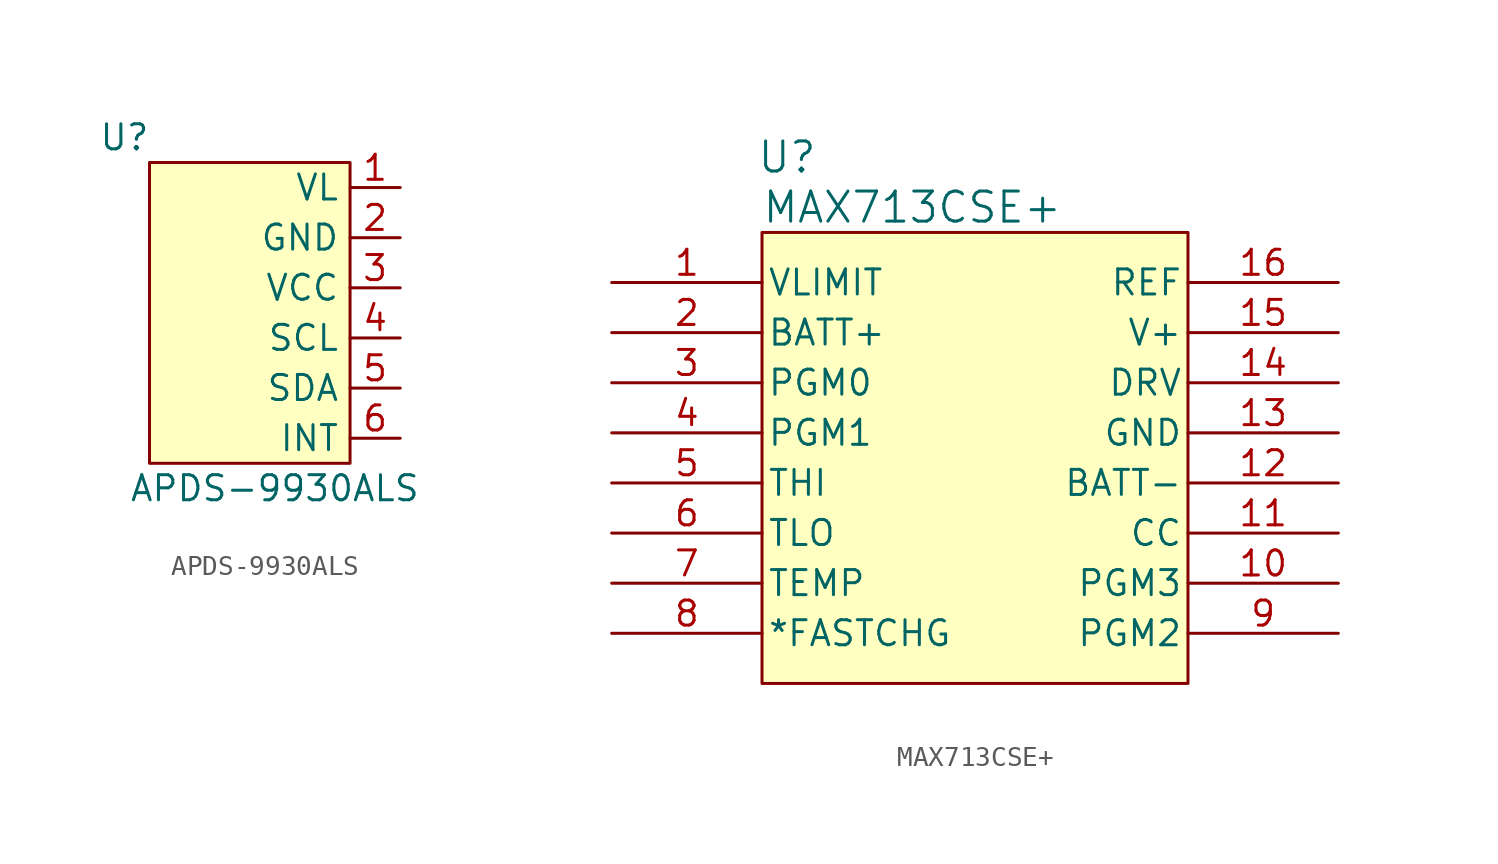
<source format=kicad_sym>
(kicad_symbol_lib
  (version 20220914)
  (generator kicad_symbol_editor)
  (symbol "APDS-9930ALS"
    (property "Reference" "U"
      (at -6.35 8.89 0)
      (effects (font (size 1.27 1.27))))
    (property "Value" "APDS-9930ALS"
      (at 1.27 -8.89 0)
      (effects (font (size 1.27 1.27))))
    (symbol "APDS-9930ALS_1_1"
      (rectangle (start -5.08 7.62) (end 5.08 -7.62) (stroke (width 0) (type default)) (fill (type background)))
      (pin power_in line (at 7.62 6.35 180) (length 2.54) (name "VL" (effects (font (size 1.27 1.27)))) (number "1" (effects (font (size 1.27 1.27)))))
      (pin free line (at 7.62 3.81 180) (length 2.54) (name "GND" (effects (font (size 1.27 1.27)))) (number "2" (effects (font (size 1.27 1.27)))))
      (pin power_in line (at 7.62 1.27 180) (length 2.54) (name "VCC" (effects (font (size 1.27 1.27)))) (number "3" (effects (font (size 1.27 1.27)))))
      (pin input line (at 7.62 -1.27 180) (length 2.54) (name "SCL" (effects (font (size 1.27 1.27)))) (number "4" (effects (font (size 1.27 1.27)))))
      (pin bidirectional line (at 7.62 -3.81 180) (length 2.54) (name "SDA" (effects (font (size 1.27 1.27)))) (number "5" (effects (font (size 1.27 1.27)))))
      (pin input line (at 7.62 -6.35 180) (length 2.54) (name "INT" (effects (font (size 1.27 1.27)))) (number "6" (effects (font (size 1.27 1.27)))))))
  (symbol "MAX713CSE+"
    (pin_names
      (offset 0.254))
    (property "Reference" "U"
      (at -10.16 10.16 0)
      (effects (font (size 1.524 1.524))))
    (property "Value" "MAX713CSE+"
      (at -3.81 7.62 0)
      (effects (font (size 1.524 1.524))))
    (symbol "MAX713CSE+_0_1"
      (pin input line (at -19.05 3.81 0) (length 7.62) (name "VLIMIT" (effects (font (size 1.27 1.27)))) (number "1" (effects (font (size 1.27 1.27)))))
      (pin input line (at 17.78 -11.43 180) (length 7.62) (name "PGM3" (effects (font (size 1.27 1.27)))) (number "10" (effects (font (size 1.27 1.27)))))
      (pin input line (at 17.78 -8.89 180) (length 7.62) (name "CC" (effects (font (size 1.27 1.27)))) (number "11" (effects (font (size 1.27 1.27)))))
      (pin input line (at 17.78 -6.35 180) (length 7.62) (name "BATT-" (effects (font (size 1.27 1.27)))) (number "12" (effects (font (size 1.27 1.27)))))
      (pin power_in line (at 17.78 -3.81 180) (length 7.62) (name "GND" (effects (font (size 1.27 1.27)))) (number "13" (effects (font (size 1.27 1.27)))))
      (pin output line (at 17.78 -1.27 180) (length 7.62) (name "DRV" (effects (font (size 1.27 1.27)))) (number "14" (effects (font (size 1.27 1.27)))))
      (pin power_in line (at 17.78 1.27 180) (length 7.62) (name "V+" (effects (font (size 1.27 1.27)))) (number "15" (effects (font (size 1.27 1.27)))))
      (pin output line (at 17.78 3.81 180) (length 7.62) (name "REF" (effects (font (size 1.27 1.27)))) (number "16" (effects (font (size 1.27 1.27)))))
      (pin input line (at -19.05 1.27 0) (length 7.62) (name "BATT+" (effects (font (size 1.27 1.27)))) (number "2" (effects (font (size 1.27 1.27)))))
      (pin input line (at -19.05 -1.27 0) (length 7.62) (name "PGM0" (effects (font (size 1.27 1.27)))) (number "3" (effects (font (size 1.27 1.27)))))
      (pin input line (at -19.05 -3.81 0) (length 7.62) (name "PGM1" (effects (font (size 1.27 1.27)))) (number "4" (effects (font (size 1.27 1.27)))))
      (pin input line (at -19.05 -6.35 0) (length 7.62) (name "THI" (effects (font (size 1.27 1.27)))) (number "5" (effects (font (size 1.27 1.27)))))
      (pin input line (at -19.05 -8.89 0) (length 7.62) (name "TLO" (effects (font (size 1.27 1.27)))) (number "6" (effects (font (size 1.27 1.27)))))
      (pin input line (at -19.05 -11.43 0) (length 7.62) (name "TEMP" (effects (font (size 1.27 1.27)))) (number "7" (effects (font (size 1.27 1.27)))))
      (pin output line (at -19.05 -13.97 0) (length 7.62) (name "*FASTCHG" (effects (font (size 1.27 1.27)))) (number "8" (effects (font (size 1.27 1.27)))))
      (pin input line (at 17.78 -13.97 180) (length 7.62) (name "PGM2" (effects (font (size 1.27 1.27)))) (number "9" (effects (font (size 1.27 1.27))))))
    (symbol "MAX713CSE+_1_1"
      (rectangle (start -11.43 6.35) (end 10.16 -16.51) (stroke (width 0) (type default)) (fill (type background))))))
</source>
